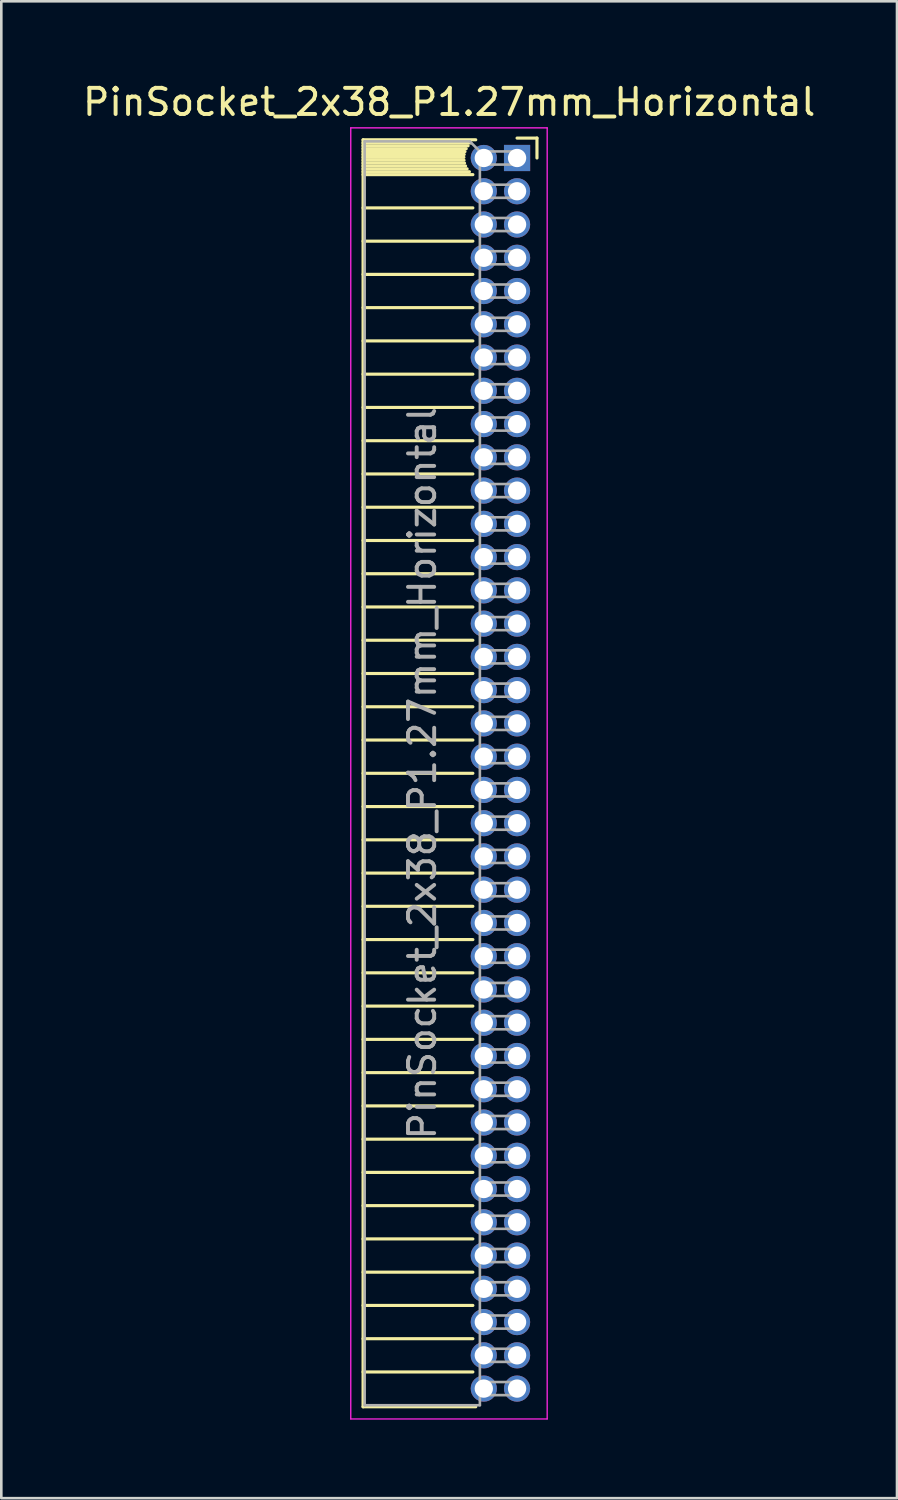
<source format=kicad_pcb>
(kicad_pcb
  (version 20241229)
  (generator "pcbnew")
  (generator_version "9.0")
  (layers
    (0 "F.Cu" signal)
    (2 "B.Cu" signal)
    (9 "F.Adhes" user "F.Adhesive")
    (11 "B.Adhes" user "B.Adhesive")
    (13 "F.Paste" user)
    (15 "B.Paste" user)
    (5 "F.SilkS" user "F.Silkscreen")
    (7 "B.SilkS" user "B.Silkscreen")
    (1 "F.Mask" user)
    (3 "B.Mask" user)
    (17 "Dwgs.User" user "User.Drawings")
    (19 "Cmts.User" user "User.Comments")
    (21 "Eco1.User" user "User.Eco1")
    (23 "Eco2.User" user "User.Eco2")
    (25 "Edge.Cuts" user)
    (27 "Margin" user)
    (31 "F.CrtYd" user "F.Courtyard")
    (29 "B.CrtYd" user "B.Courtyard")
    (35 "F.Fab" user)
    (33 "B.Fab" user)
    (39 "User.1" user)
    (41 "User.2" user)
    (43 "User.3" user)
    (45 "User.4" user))
  (footprint "PinSocket_2x38_P1.27mm_Horizontal"
    (layer "F.Cu")
    (at 16.694 2.983)
    (property "Reference" "PinSocket_2x38_P1.27mm_Horizontal" (at -2.592 -2.135 0) (layer "F.SilkS") (effects (font (size 1 1) (thickness 0.15))))
    (attr through_hole)
    (fp_line (start -5.88 -0.695) (end -5.88 47.685) (stroke (width 0.12) (type solid)) (layer "F.SilkS"))
    (fp_line (start -5.88 -0.695) (end -1.578 -0.695) (stroke (width 0.12) (type solid)) (layer "F.SilkS"))
    (fp_line (start -5.88 -0.575) (end -1.767 -0.575) (stroke (width 0.12) (type solid)) (layer "F.SilkS"))
    (fp_line (start -5.88 -0.465) (end -1.871 -0.465) (stroke (width 0.12) (type solid)) (layer "F.SilkS"))
    (fp_line (start -5.88 -0.355) (end -1.942 -0.355) (stroke (width 0.12) (type solid)) (layer "F.SilkS"))
    (fp_line (start -5.88 -0.245) (end -1.989 -0.245) (stroke (width 0.12) (type solid)) (layer "F.SilkS"))
    (fp_line (start -5.88 -0.135) (end -2.018 -0.135) (stroke (width 0.12) (type solid)) (layer "F.SilkS"))
    (fp_line (start -5.88 -0.025) (end -2.03 -0.025) (stroke (width 0.12) (type solid)) (layer "F.SilkS"))
    (fp_line (start -5.88 0.085) (end -2.025 0.085) (stroke (width 0.12) (type solid)) (layer "F.SilkS"))
    (fp_line (start -5.88 0.195) (end -2.005 0.195) (stroke (width 0.12) (type solid)) (layer "F.SilkS"))
    (fp_line (start -5.88 0.305) (end -1.966 0.305) (stroke (width 0.12) (type solid)) (layer "F.SilkS"))
    (fp_line (start -5.88 0.415) (end -1.907 0.415) (stroke (width 0.12) (type solid)) (layer "F.SilkS"))
    (fp_line (start -5.88 0.525) (end -1.82 0.525) (stroke (width 0.12) (type solid)) (layer "F.SilkS"))
    (fp_line (start -5.88 0.635) (end -1.688 0.635) (stroke (width 0.12) (type solid)) (layer "F.SilkS"))
    (fp_line (start -5.88 1.905) (end -1.688 1.905) (stroke (width 0.12) (type solid)) (layer "F.SilkS"))
    (fp_line (start -5.88 3.175) (end -1.688 3.175) (stroke (width 0.12) (type solid)) (layer "F.SilkS"))
    (fp_line (start -5.88 4.445) (end -1.688 4.445) (stroke (width 0.12) (type solid)) (layer "F.SilkS"))
    (fp_line (start -5.88 5.715) (end -1.688 5.715) (stroke (width 0.12) (type solid)) (layer "F.SilkS"))
    (fp_line (start -5.88 6.985) (end -1.688 6.985) (stroke (width 0.12) (type solid)) (layer "F.SilkS"))
    (fp_line (start -5.88 8.255) (end -1.688 8.255) (stroke (width 0.12) (type solid)) (layer "F.SilkS"))
    (fp_line (start -5.88 9.525) (end -1.688 9.525) (stroke (width 0.12) (type solid)) (layer "F.SilkS"))
    (fp_line (start -5.88 10.795) (end -1.688 10.795) (stroke (width 0.12) (type solid)) (layer "F.SilkS"))
    (fp_line (start -5.88 12.065) (end -1.688 12.065) (stroke (width 0.12) (type solid)) (layer "F.SilkS"))
    (fp_line (start -5.88 13.335) (end -1.688 13.335) (stroke (width 0.12) (type solid)) (layer "F.SilkS"))
    (fp_line (start -5.88 14.605) (end -1.688 14.605) (stroke (width 0.12) (type solid)) (layer "F.SilkS"))
    (fp_line (start -5.88 15.875) (end -1.688 15.875) (stroke (width 0.12) (type solid)) (layer "F.SilkS"))
    (fp_line (start -5.88 17.145) (end -1.688 17.145) (stroke (width 0.12) (type solid)) (layer "F.SilkS"))
    (fp_line (start -5.88 18.415) (end -1.688 18.415) (stroke (width 0.12) (type solid)) (layer "F.SilkS"))
    (fp_line (start -5.88 19.685) (end -1.688 19.685) (stroke (width 0.12) (type solid)) (layer "F.SilkS"))
    (fp_line (start -5.88 20.955) (end -1.688 20.955) (stroke (width 0.12) (type solid)) (layer "F.SilkS"))
    (fp_line (start -5.88 22.225) (end -1.688 22.225) (stroke (width 0.12) (type solid)) (layer "F.SilkS"))
    (fp_line (start -5.88 23.495) (end -1.688 23.495) (stroke (width 0.12) (type solid)) (layer "F.SilkS"))
    (fp_line (start -5.88 24.765) (end -1.688 24.765) (stroke (width 0.12) (type solid)) (layer "F.SilkS"))
    (fp_line (start -5.88 26.035) (end -1.688 26.035) (stroke (width 0.12) (type solid)) (layer "F.SilkS"))
    (fp_line (start -5.88 27.305) (end -1.688 27.305) (stroke (width 0.12) (type solid)) (layer "F.SilkS"))
    (fp_line (start -5.88 28.575) (end -1.688 28.575) (stroke (width 0.12) (type solid)) (layer "F.SilkS"))
    (fp_line (start -5.88 29.845) (end -1.688 29.845) (stroke (width 0.12) (type solid)) (layer "F.SilkS"))
    (fp_line (start -5.88 31.115) (end -1.688 31.115) (stroke (width 0.12) (type solid)) (layer "F.SilkS"))
    (fp_line (start -5.88 32.385) (end -1.688 32.385) (stroke (width 0.12) (type solid)) (layer "F.SilkS"))
    (fp_line (start -5.88 33.655) (end -1.688 33.655) (stroke (width 0.12) (type solid)) (layer "F.SilkS"))
    (fp_line (start -5.88 34.925) (end -1.688 34.925) (stroke (width 0.12) (type solid)) (layer "F.SilkS"))
    (fp_line (start -5.88 36.195) (end -1.688 36.195) (stroke (width 0.12) (type solid)) (layer "F.SilkS"))
    (fp_line (start -5.88 37.465) (end -1.688 37.465) (stroke (width 0.12) (type solid)) (layer "F.SilkS"))
    (fp_line (start -5.88 38.735) (end -1.688 38.735) (stroke (width 0.12) (type solid)) (layer "F.SilkS"))
    (fp_line (start -5.88 40.005) (end -1.688 40.005) (stroke (width 0.12) (type solid)) (layer "F.SilkS"))
    (fp_line (start -5.88 41.275) (end -1.688 41.275) (stroke (width 0.12) (type solid)) (layer "F.SilkS"))
    (fp_line (start -5.88 42.545) (end -1.688 42.545) (stroke (width 0.12) (type solid)) (layer "F.SilkS"))
    (fp_line (start -5.88 43.815) (end -1.688 43.815) (stroke (width 0.12) (type solid)) (layer "F.SilkS"))
    (fp_line (start -5.88 45.085) (end -1.688 45.085) (stroke (width 0.12) (type solid)) (layer "F.SilkS"))
    (fp_line (start -5.88 46.355) (end -1.688 46.355) (stroke (width 0.12) (type solid)) (layer "F.SilkS"))
    (fp_line (start -5.88 47.685) (end -1.578 47.685) (stroke (width 0.12) (type solid)) (layer "F.SilkS"))
    (fp_line (start 0 -0.76) (end 0.76 -0.76) (stroke (width 0.12) (type solid)) (layer "F.SilkS"))
    (fp_line (start 0.76 -0.76) (end 0.76 0) (stroke (width 0.12) (type solid)) (layer "F.SilkS"))
    (fp_line (start -6.35 -1.15) (end -6.35 48.15) (stroke (width 0.05) (type solid)) (layer "F.CrtYd"))
    (fp_line (start -6.35 48.15) (end 1.15 48.15) (stroke (width 0.05) (type solid)) (layer "F.CrtYd"))
    (fp_line (start 1.15 -1.15) (end -6.35 -1.15) (stroke (width 0.05) (type solid)) (layer "F.CrtYd"))
    (fp_line (start 1.15 48.15) (end 1.15 -1.15) (stroke (width 0.05) (type solid)) (layer "F.CrtYd"))
    (fp_line (start -5.82 -0.635) (end -1.805 -0.635) (stroke (width 0.1) (type solid)) (layer "F.Fab"))
    (fp_line (start -5.82 47.625) (end -5.82 -0.635) (stroke (width 0.1) (type solid)) (layer "F.Fab"))
    (fp_line (start -1.805 -0.635) (end -1.42 -0.25) (stroke (width 0.1) (type solid)) (layer "F.Fab"))
    (fp_line (start -1.42 -0.25) (end -1.42 47.625) (stroke (width 0.1) (type solid)) (layer "F.Fab"))
    (fp_line (start -1.42 0.25) (end 0 0.25) (stroke (width 0.1) (type solid)) (layer "F.Fab"))
    (fp_line (start -1.42 1.52) (end 0 1.52) (stroke (width 0.1) (type solid)) (layer "F.Fab"))
    (fp_line (start -1.42 2.79) (end 0 2.79) (stroke (width 0.1) (type solid)) (layer "F.Fab"))
    (fp_line (start -1.42 4.06) (end 0 4.06) (stroke (width 0.1) (type solid)) (layer "F.Fab"))
    (fp_line (start -1.42 5.33) (end 0 5.33) (stroke (width 0.1) (type solid)) (layer "F.Fab"))
    (fp_line (start -1.42 6.6) (end 0 6.6) (stroke (width 0.1) (type solid)) (layer "F.Fab"))
    (fp_line (start -1.42 7.87) (end 0 7.87) (stroke (width 0.1) (type solid)) (layer "F.Fab"))
    (fp_line (start -1.42 9.14) (end 0 9.14) (stroke (width 0.1) (type solid)) (layer "F.Fab"))
    (fp_line (start -1.42 10.41) (end 0 10.41) (stroke (width 0.1) (type solid)) (layer "F.Fab"))
    (fp_line (start -1.42 11.68) (end 0 11.68) (stroke (width 0.1) (type solid)) (layer "F.Fab"))
    (fp_line (start -1.42 12.95) (end 0 12.95) (stroke (width 0.1) (type solid)) (layer "F.Fab"))
    (fp_line (start -1.42 14.22) (end 0 14.22) (stroke (width 0.1) (type solid)) (layer "F.Fab"))
    (fp_line (start -1.42 15.49) (end 0 15.49) (stroke (width 0.1) (type solid)) (layer "F.Fab"))
    (fp_line (start -1.42 16.76) (end 0 16.76) (stroke (width 0.1) (type solid)) (layer "F.Fab"))
    (fp_line (start -1.42 18.03) (end 0 18.03) (stroke (width 0.1) (type solid)) (layer "F.Fab"))
    (fp_line (start -1.42 19.3) (end 0 19.3) (stroke (width 0.1) (type solid)) (layer "F.Fab"))
    (fp_line (start -1.42 20.57) (end 0 20.57) (stroke (width 0.1) (type solid)) (layer "F.Fab"))
    (fp_line (start -1.42 21.84) (end 0 21.84) (stroke (width 0.1) (type solid)) (layer "F.Fab"))
    (fp_line (start -1.42 23.11) (end 0 23.11) (stroke (width 0.1) (type solid)) (layer "F.Fab"))
    (fp_line (start -1.42 24.38) (end 0 24.38) (stroke (width 0.1) (type solid)) (layer "F.Fab"))
    (fp_line (start -1.42 25.65) (end 0 25.65) (stroke (width 0.1) (type solid)) (layer "F.Fab"))
    (fp_line (start -1.42 26.92) (end 0 26.92) (stroke (width 0.1) (type solid)) (layer "F.Fab"))
    (fp_line (start -1.42 28.19) (end 0 28.19) (stroke (width 0.1) (type solid)) (layer "F.Fab"))
    (fp_line (start -1.42 29.46) (end 0 29.46) (stroke (width 0.1) (type solid)) (layer "F.Fab"))
    (fp_line (start -1.42 30.73) (end 0 30.73) (stroke (width 0.1) (type solid)) (layer "F.Fab"))
    (fp_line (start -1.42 32) (end 0 32) (stroke (width 0.1) (type solid)) (layer "F.Fab"))
    (fp_line (start -1.42 33.27) (end 0 33.27) (stroke (width 0.1) (type solid)) (layer "F.Fab"))
    (fp_line (start -1.42 34.54) (end 0 34.54) (stroke (width 0.1) (type solid)) (layer "F.Fab"))
    (fp_line (start -1.42 35.81) (end 0 35.81) (stroke (width 0.1) (type solid)) (layer "F.Fab"))
    (fp_line (start -1.42 37.08) (end 0 37.08) (stroke (width 0.1) (type solid)) (layer "F.Fab"))
    (fp_line (start -1.42 38.35) (end 0 38.35) (stroke (width 0.1) (type solid)) (layer "F.Fab"))
    (fp_line (start -1.42 39.62) (end 0 39.62) (stroke (width 0.1) (type solid)) (layer "F.Fab"))
    (fp_line (start -1.42 40.89) (end 0 40.89) (stroke (width 0.1) (type solid)) (layer "F.Fab"))
    (fp_line (start -1.42 42.16) (end 0 42.16) (stroke (width 0.1) (type solid)) (layer "F.Fab"))
    (fp_line (start -1.42 43.43) (end 0 43.43) (stroke (width 0.1) (type solid)) (layer "F.Fab"))
    (fp_line (start -1.42 44.7) (end 0 44.7) (stroke (width 0.1) (type solid)) (layer "F.Fab"))
    (fp_line (start -1.42 45.97) (end 0 45.97) (stroke (width 0.1) (type solid)) (layer "F.Fab"))
    (fp_line (start -1.42 47.24) (end 0 47.24) (stroke (width 0.1) (type solid)) (layer "F.Fab"))
    (fp_line (start -1.42 47.625) (end -5.82 47.625) (stroke (width 0.1) (type solid)) (layer "F.Fab"))
    (fp_line (start 0 -0.25) (end -1.42 -0.25) (stroke (width 0.1) (type solid)) (layer "F.Fab"))
    (fp_line (start 0 0.25) (end 0 -0.25) (stroke (width 0.1) (type solid)) (layer "F.Fab"))
    (fp_line (start 0 1.02) (end -1.42 1.02) (stroke (width 0.1) (type solid)) (layer "F.Fab"))
    (fp_line (start 0 1.52) (end 0 1.02) (stroke (width 0.1) (type solid)) (layer "F.Fab"))
    (fp_line (start 0 2.29) (end -1.42 2.29) (stroke (width 0.1) (type solid)) (layer "F.Fab"))
    (fp_line (start 0 2.79) (end 0 2.29) (stroke (width 0.1) (type solid)) (layer "F.Fab"))
    (fp_line (start 0 3.56) (end -1.42 3.56) (stroke (width 0.1) (type solid)) (layer "F.Fab"))
    (fp_line (start 0 4.06) (end 0 3.56) (stroke (width 0.1) (type solid)) (layer "F.Fab"))
    (fp_line (start 0 4.83) (end -1.42 4.83) (stroke (width 0.1) (type solid)) (layer "F.Fab"))
    (fp_line (start 0 5.33) (end 0 4.83) (stroke (width 0.1) (type solid)) (layer "F.Fab"))
    (fp_line (start 0 6.1) (end -1.42 6.1) (stroke (width 0.1) (type solid)) (layer "F.Fab"))
    (fp_line (start 0 6.6) (end 0 6.1) (stroke (width 0.1) (type solid)) (layer "F.Fab"))
    (fp_line (start 0 7.37) (end -1.42 7.37) (stroke (width 0.1) (type solid)) (layer "F.Fab"))
    (fp_line (start 0 7.87) (end 0 7.37) (stroke (width 0.1) (type solid)) (layer "F.Fab"))
    (fp_line (start 0 8.64) (end -1.42 8.64) (stroke (width 0.1) (type solid)) (layer "F.Fab"))
    (fp_line (start 0 9.14) (end 0 8.64) (stroke (width 0.1) (type solid)) (layer "F.Fab"))
    (fp_line (start 0 9.91) (end -1.42 9.91) (stroke (width 0.1) (type solid)) (layer "F.Fab"))
    (fp_line (start 0 10.41) (end 0 9.91) (stroke (width 0.1) (type solid)) (layer "F.Fab"))
    (fp_line (start 0 11.18) (end -1.42 11.18) (stroke (width 0.1) (type solid)) (layer "F.Fab"))
    (fp_line (start 0 11.68) (end 0 11.18) (stroke (width 0.1) (type solid)) (layer "F.Fab"))
    (fp_line (start 0 12.45) (end -1.42 12.45) (stroke (width 0.1) (type solid)) (layer "F.Fab"))
    (fp_line (start 0 12.95) (end 0 12.45) (stroke (width 0.1) (type solid)) (layer "F.Fab"))
    (fp_line (start 0 13.72) (end -1.42 13.72) (stroke (width 0.1) (type solid)) (layer "F.Fab"))
    (fp_line (start 0 14.22) (end 0 13.72) (stroke (width 0.1) (type solid)) (layer "F.Fab"))
    (fp_line (start 0 14.99) (end -1.42 14.99) (stroke (width 0.1) (type solid)) (layer "F.Fab"))
    (fp_line (start 0 15.49) (end 0 14.99) (stroke (width 0.1) (type solid)) (layer "F.Fab"))
    (fp_line (start 0 16.26) (end -1.42 16.26) (stroke (width 0.1) (type solid)) (layer "F.Fab"))
    (fp_line (start 0 16.76) (end 0 16.26) (stroke (width 0.1) (type solid)) (layer "F.Fab"))
    (fp_line (start 0 17.53) (end -1.42 17.53) (stroke (width 0.1) (type solid)) (layer "F.Fab"))
    (fp_line (start 0 18.03) (end 0 17.53) (stroke (width 0.1) (type solid)) (layer "F.Fab"))
    (fp_line (start 0 18.8) (end -1.42 18.8) (stroke (width 0.1) (type solid)) (layer "F.Fab"))
    (fp_line (start 0 19.3) (end 0 18.8) (stroke (width 0.1) (type solid)) (layer "F.Fab"))
    (fp_line (start 0 20.07) (end -1.42 20.07) (stroke (width 0.1) (type solid)) (layer "F.Fab"))
    (fp_line (start 0 20.57) (end 0 20.07) (stroke (width 0.1) (type solid)) (layer "F.Fab"))
    (fp_line (start 0 21.34) (end -1.42 21.34) (stroke (width 0.1) (type solid)) (layer "F.Fab"))
    (fp_line (start 0 21.84) (end 0 21.34) (stroke (width 0.1) (type solid)) (layer "F.Fab"))
    (fp_line (start 0 22.61) (end -1.42 22.61) (stroke (width 0.1) (type solid)) (layer "F.Fab"))
    (fp_line (start 0 23.11) (end 0 22.61) (stroke (width 0.1) (type solid)) (layer "F.Fab"))
    (fp_line (start 0 23.88) (end -1.42 23.88) (stroke (width 0.1) (type solid)) (layer "F.Fab"))
    (fp_line (start 0 24.38) (end 0 23.88) (stroke (width 0.1) (type solid)) (layer "F.Fab"))
    (fp_line (start 0 25.15) (end -1.42 25.15) (stroke (width 0.1) (type solid)) (layer "F.Fab"))
    (fp_line (start 0 25.65) (end 0 25.15) (stroke (width 0.1) (type solid)) (layer "F.Fab"))
    (fp_line (start 0 26.42) (end -1.42 26.42) (stroke (width 0.1) (type solid)) (layer "F.Fab"))
    (fp_line (start 0 26.92) (end 0 26.42) (stroke (width 0.1) (type solid)) (layer "F.Fab"))
    (fp_line (start 0 27.69) (end -1.42 27.69) (stroke (width 0.1) (type solid)) (layer "F.Fab"))
    (fp_line (start 0 28.19) (end 0 27.69) (stroke (width 0.1) (type solid)) (layer "F.Fab"))
    (fp_line (start 0 28.96) (end -1.42 28.96) (stroke (width 0.1) (type solid)) (layer "F.Fab"))
    (fp_line (start 0 29.46) (end 0 28.96) (stroke (width 0.1) (type solid)) (layer "F.Fab"))
    (fp_line (start 0 30.23) (end -1.42 30.23) (stroke (width 0.1) (type solid)) (layer "F.Fab"))
    (fp_line (start 0 30.73) (end 0 30.23) (stroke (width 0.1) (type solid)) (layer "F.Fab"))
    (fp_line (start 0 31.5) (end -1.42 31.5) (stroke (width 0.1) (type solid)) (layer "F.Fab"))
    (fp_line (start 0 32) (end 0 31.5) (stroke (width 0.1) (type solid)) (layer "F.Fab"))
    (fp_line (start 0 32.77) (end -1.42 32.77) (stroke (width 0.1) (type solid)) (layer "F.Fab"))
    (fp_line (start 0 33.27) (end 0 32.77) (stroke (width 0.1) (type solid)) (layer "F.Fab"))
    (fp_line (start 0 34.04) (end -1.42 34.04) (stroke (width 0.1) (type solid)) (layer "F.Fab"))
    (fp_line (start 0 34.54) (end 0 34.04) (stroke (width 0.1) (type solid)) (layer "F.Fab"))
    (fp_line (start 0 35.31) (end -1.42 35.31) (stroke (width 0.1) (type solid)) (layer "F.Fab"))
    (fp_line (start 0 35.81) (end 0 35.31) (stroke (width 0.1) (type solid)) (layer "F.Fab"))
    (fp_line (start 0 36.58) (end -1.42 36.58) (stroke (width 0.1) (type solid)) (layer "F.Fab"))
    (fp_line (start 0 37.08) (end 0 36.58) (stroke (width 0.1) (type solid)) (layer "F.Fab"))
    (fp_line (start 0 37.85) (end -1.42 37.85) (stroke (width 0.1) (type solid)) (layer "F.Fab"))
    (fp_line (start 0 38.35) (end 0 37.85) (stroke (width 0.1) (type solid)) (layer "F.Fab"))
    (fp_line (start 0 39.12) (end -1.42 39.12) (stroke (width 0.1) (type solid)) (layer "F.Fab"))
    (fp_line (start 0 39.62) (end 0 39.12) (stroke (width 0.1) (type solid)) (layer "F.Fab"))
    (fp_line (start 0 40.39) (end -1.42 40.39) (stroke (width 0.1) (type solid)) (layer "F.Fab"))
    (fp_line (start 0 40.89) (end 0 40.39) (stroke (width 0.1) (type solid)) (layer "F.Fab"))
    (fp_line (start 0 41.66) (end -1.42 41.66) (stroke (width 0.1) (type solid)) (layer "F.Fab"))
    (fp_line (start 0 42.16) (end 0 41.66) (stroke (width 0.1) (type solid)) (layer "F.Fab"))
    (fp_line (start 0 42.93) (end -1.42 42.93) (stroke (width 0.1) (type solid)) (layer "F.Fab"))
    (fp_line (start 0 43.43) (end 0 42.93) (stroke (width 0.1) (type solid)) (layer "F.Fab"))
    (fp_line (start 0 44.2) (end -1.42 44.2) (stroke (width 0.1) (type solid)) (layer "F.Fab"))
    (fp_line (start 0 44.7) (end 0 44.2) (stroke (width 0.1) (type solid)) (layer "F.Fab"))
    (fp_line (start 0 45.47) (end -1.42 45.47) (stroke (width 0.1) (type solid)) (layer "F.Fab"))
    (fp_line (start 0 45.97) (end 0 45.47) (stroke (width 0.1) (type solid)) (layer "F.Fab"))
    (fp_line (start 0 46.74) (end -1.42 46.74) (stroke (width 0.1) (type solid)) (layer "F.Fab"))
    (fp_line (start 0 47.24) (end 0 46.74) (stroke (width 0.1) (type solid)) (layer "F.Fab"))
    (fp_text user "${REFERENCE}" (at -3.62 23.495 90) (layer "F.Fab") (effects (font (size 1 1) (thickness 0.15))))
    (pad "1" thru_hole rect (at 0 0) (size 1 1) (drill 0.7) (layers "*.Cu" "*.Mask"))
    (pad "2" thru_hole oval (at -1.27 0) (size 1 1) (drill 0.7) (layers "*.Cu" "*.Mask"))
    (pad "3" thru_hole oval (at 0 1.27) (size 1 1) (drill 0.7) (layers "*.Cu" "*.Mask"))
    (pad "4" thru_hole oval (at -1.27 1.27) (size 1 1) (drill 0.7) (layers "*.Cu" "*.Mask"))
    (pad "5" thru_hole oval (at 0 2.54) (size 1 1) (drill 0.7) (layers "*.Cu" "*.Mask"))
    (pad "6" thru_hole oval (at -1.27 2.54) (size 1 1) (drill 0.7) (layers "*.Cu" "*.Mask"))
    (pad "7" thru_hole oval (at 0 3.81) (size 1 1) (drill 0.7) (layers "*.Cu" "*.Mask"))
    (pad "8" thru_hole oval (at -1.27 3.81) (size 1 1) (drill 0.7) (layers "*.Cu" "*.Mask"))
    (pad "9" thru_hole oval (at 0 5.08) (size 1 1) (drill 0.7) (layers "*.Cu" "*.Mask"))
    (pad "10" thru_hole oval (at -1.27 5.08) (size 1 1) (drill 0.7) (layers "*.Cu" "*.Mask"))
    (pad "11" thru_hole oval (at 0 6.35) (size 1 1) (drill 0.7) (layers "*.Cu" "*.Mask"))
    (pad "12" thru_hole oval (at -1.27 6.35) (size 1 1) (drill 0.7) (layers "*.Cu" "*.Mask"))
    (pad "13" thru_hole oval (at 0 7.62) (size 1 1) (drill 0.7) (layers "*.Cu" "*.Mask"))
    (pad "14" thru_hole oval (at -1.27 7.62) (size 1 1) (drill 0.7) (layers "*.Cu" "*.Mask"))
    (pad "15" thru_hole oval (at 0 8.89) (size 1 1) (drill 0.7) (layers "*.Cu" "*.Mask"))
    (pad "16" thru_hole oval (at -1.27 8.89) (size 1 1) (drill 0.7) (layers "*.Cu" "*.Mask"))
    (pad "17" thru_hole oval (at 0 10.16) (size 1 1) (drill 0.7) (layers "*.Cu" "*.Mask"))
    (pad "18" thru_hole oval (at -1.27 10.16) (size 1 1) (drill 0.7) (layers "*.Cu" "*.Mask"))
    (pad "19" thru_hole oval (at 0 11.43) (size 1 1) (drill 0.7) (layers "*.Cu" "*.Mask"))
    (pad "20" thru_hole oval (at -1.27 11.43) (size 1 1) (drill 0.7) (layers "*.Cu" "*.Mask"))
    (pad "21" thru_hole oval (at 0 12.7) (size 1 1) (drill 0.7) (layers "*.Cu" "*.Mask"))
    (pad "22" thru_hole oval (at -1.27 12.7) (size 1 1) (drill 0.7) (layers "*.Cu" "*.Mask"))
    (pad "23" thru_hole oval (at 0 13.97) (size 1 1) (drill 0.7) (layers "*.Cu" "*.Mask"))
    (pad "24" thru_hole oval (at -1.27 13.97) (size 1 1) (drill 0.7) (layers "*.Cu" "*.Mask"))
    (pad "25" thru_hole oval (at 0 15.24) (size 1 1) (drill 0.7) (layers "*.Cu" "*.Mask"))
    (pad "26" thru_hole oval (at -1.27 15.24) (size 1 1) (drill 0.7) (layers "*.Cu" "*.Mask"))
    (pad "27" thru_hole oval (at 0 16.51) (size 1 1) (drill 0.7) (layers "*.Cu" "*.Mask"))
    (pad "28" thru_hole oval (at -1.27 16.51) (size 1 1) (drill 0.7) (layers "*.Cu" "*.Mask"))
    (pad "29" thru_hole oval (at 0 17.78) (size 1 1) (drill 0.7) (layers "*.Cu" "*.Mask"))
    (pad "30" thru_hole oval (at -1.27 17.78) (size 1 1) (drill 0.7) (layers "*.Cu" "*.Mask"))
    (pad "31" thru_hole oval (at 0 19.05) (size 1 1) (drill 0.7) (layers "*.Cu" "*.Mask"))
    (pad "32" thru_hole oval (at -1.27 19.05) (size 1 1) (drill 0.7) (layers "*.Cu" "*.Mask"))
    (pad "33" thru_hole oval (at 0 20.32) (size 1 1) (drill 0.7) (layers "*.Cu" "*.Mask"))
    (pad "34" thru_hole oval (at -1.27 20.32) (size 1 1) (drill 0.7) (layers "*.Cu" "*.Mask"))
    (pad "35" thru_hole oval (at 0 21.59) (size 1 1) (drill 0.7) (layers "*.Cu" "*.Mask"))
    (pad "36" thru_hole oval (at -1.27 21.59) (size 1 1) (drill 0.7) (layers "*.Cu" "*.Mask"))
    (pad "37" thru_hole oval (at 0 22.86) (size 1 1) (drill 0.7) (layers "*.Cu" "*.Mask"))
    (pad "38" thru_hole oval (at -1.27 22.86) (size 1 1) (drill 0.7) (layers "*.Cu" "*.Mask"))
    (pad "39" thru_hole oval (at 0 24.13) (size 1 1) (drill 0.7) (layers "*.Cu" "*.Mask"))
    (pad "40" thru_hole oval (at -1.27 24.13) (size 1 1) (drill 0.7) (layers "*.Cu" "*.Mask"))
    (pad "41" thru_hole oval (at 0 25.4) (size 1 1) (drill 0.7) (layers "*.Cu" "*.Mask"))
    (pad "42" thru_hole oval (at -1.27 25.4) (size 1 1) (drill 0.7) (layers "*.Cu" "*.Mask"))
    (pad "43" thru_hole oval (at 0 26.67) (size 1 1) (drill 0.7) (layers "*.Cu" "*.Mask"))
    (pad "44" thru_hole oval (at -1.27 26.67) (size 1 1) (drill 0.7) (layers "*.Cu" "*.Mask"))
    (pad "45" thru_hole oval (at 0 27.94) (size 1 1) (drill 0.7) (layers "*.Cu" "*.Mask"))
    (pad "46" thru_hole oval (at -1.27 27.94) (size 1 1) (drill 0.7) (layers "*.Cu" "*.Mask"))
    (pad "47" thru_hole oval (at 0 29.21) (size 1 1) (drill 0.7) (layers "*.Cu" "*.Mask"))
    (pad "48" thru_hole oval (at -1.27 29.21) (size 1 1) (drill 0.7) (layers "*.Cu" "*.Mask"))
    (pad "49" thru_hole oval (at 0 30.48) (size 1 1) (drill 0.7) (layers "*.Cu" "*.Mask"))
    (pad "50" thru_hole oval (at -1.27 30.48) (size 1 1) (drill 0.7) (layers "*.Cu" "*.Mask"))
    (pad "51" thru_hole oval (at 0 31.75) (size 1 1) (drill 0.7) (layers "*.Cu" "*.Mask"))
    (pad "52" thru_hole oval (at -1.27 31.75) (size 1 1) (drill 0.7) (layers "*.Cu" "*.Mask"))
    (pad "53" thru_hole oval (at 0 33.02) (size 1 1) (drill 0.7) (layers "*.Cu" "*.Mask"))
    (pad "54" thru_hole oval (at -1.27 33.02) (size 1 1) (drill 0.7) (layers "*.Cu" "*.Mask"))
    (pad "55" thru_hole oval (at 0 34.29) (size 1 1) (drill 0.7) (layers "*.Cu" "*.Mask"))
    (pad "56" thru_hole oval (at -1.27 34.29) (size 1 1) (drill 0.7) (layers "*.Cu" "*.Mask"))
    (pad "57" thru_hole oval (at 0 35.56) (size 1 1) (drill 0.7) (layers "*.Cu" "*.Mask"))
    (pad "58" thru_hole oval (at -1.27 35.56) (size 1 1) (drill 0.7) (layers "*.Cu" "*.Mask"))
    (pad "59" thru_hole oval (at 0 36.83) (size 1 1) (drill 0.7) (layers "*.Cu" "*.Mask"))
    (pad "60" thru_hole oval (at -1.27 36.83) (size 1 1) (drill 0.7) (layers "*.Cu" "*.Mask"))
    (pad "61" thru_hole oval (at 0 38.1) (size 1 1) (drill 0.7) (layers "*.Cu" "*.Mask"))
    (pad "62" thru_hole oval (at -1.27 38.1) (size 1 1) (drill 0.7) (layers "*.Cu" "*.Mask"))
    (pad "63" thru_hole oval (at 0 39.37) (size 1 1) (drill 0.7) (layers "*.Cu" "*.Mask"))
    (pad "64" thru_hole oval (at -1.27 39.37) (size 1 1) (drill 0.7) (layers "*.Cu" "*.Mask"))
    (pad "65" thru_hole oval (at 0 40.64) (size 1 1) (drill 0.7) (layers "*.Cu" "*.Mask"))
    (pad "66" thru_hole oval (at -1.27 40.64) (size 1 1) (drill 0.7) (layers "*.Cu" "*.Mask"))
    (pad "67" thru_hole oval (at 0 41.91) (size 1 1) (drill 0.7) (layers "*.Cu" "*.Mask"))
    (pad "68" thru_hole oval (at -1.27 41.91) (size 1 1) (drill 0.7) (layers "*.Cu" "*.Mask"))
    (pad "69" thru_hole oval (at 0 43.18) (size 1 1) (drill 0.7) (layers "*.Cu" "*.Mask"))
    (pad "70" thru_hole oval (at -1.27 43.18) (size 1 1) (drill 0.7) (layers "*.Cu" "*.Mask"))
    (pad "71" thru_hole oval (at 0 44.45) (size 1 1) (drill 0.7) (layers "*.Cu" "*.Mask"))
    (pad "72" thru_hole oval (at -1.27 44.45) (size 1 1) (drill 0.7) (layers "*.Cu" "*.Mask"))
    (pad "73" thru_hole oval (at 0 45.72) (size 1 1) (drill 0.7) (layers "*.Cu" "*.Mask"))
    (pad "74" thru_hole oval (at -1.27 45.72) (size 1 1) (drill 0.7) (layers "*.Cu" "*.Mask"))
    (pad "75" thru_hole oval (at 0 46.99) (size 1 1) (drill 0.7) (layers "*.Cu" "*.Mask"))
    (pad "76" thru_hole oval (at -1.27 46.99) (size 1 1) (drill 0.7) (layers "*.Cu" "*.Mask")))
  (gr_rect
    (start -3 -3)
    (end 31.202 54.158)
    (stroke (width 0.1) (type default))
    (fill no)
    (layer "Edge.Cuts")))
</source>
